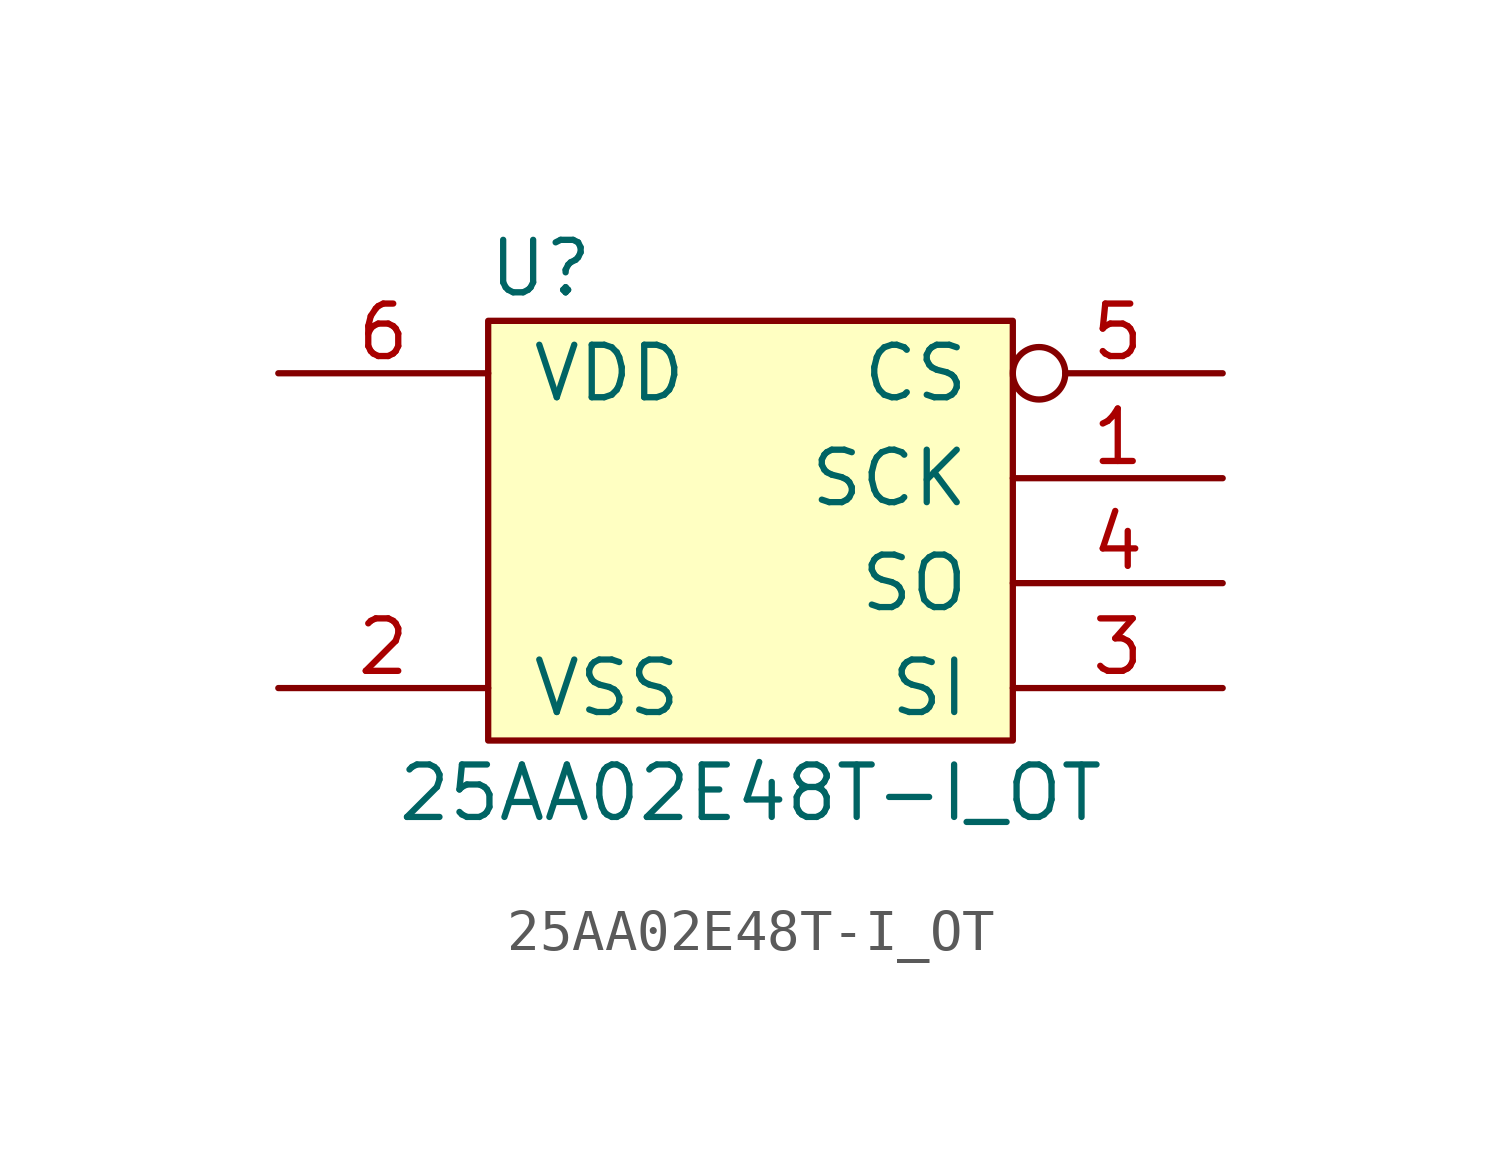
<source format=kicad_sym>
(kicad_symbol_lib
  (version 20211014)
  (generator kicad_symbol_editor)
  (symbol "25AA02E48T-I_OT"
    (pin_names
      (offset 1.016))
    (property "Reference" "U"
      (at -5.08 6.35 0)
      (effects (font (size 1.27 1.27))))
    (property "Value" "25AA02E48T-I_OT"
      (at 0 -6.35 0)
      (effects (font (size 1.27 1.27))))
    (symbol "25AA02E48T-I_OT_1_1"
      (rectangle (start -6.35 5.08) (end 6.35 -5.08) (stroke (width 0) (type default) (color 0 0 0 0)) (fill (type background)))
      (pin input line (at 11.43 1.27 180) (length 5.08) (name "SCK" (effects (font (size 1.27 1.27)))) (number "1" (effects (font (size 1.27 1.27)))))
      (pin power_in line (at -11.43 -3.81 0) (length 5.08) (name "VSS" (effects (font (size 1.27 1.27)))) (number "2" (effects (font (size 1.27 1.27)))))
      (pin input line (at 11.43 -3.81 180) (length 5.08) (name "SI" (effects (font (size 1.27 1.27)))) (number "3" (effects (font (size 1.27 1.27)))))
      (pin output line (at 11.43 -1.27 180) (length 5.08) (name "SO" (effects (font (size 1.27 1.27)))) (number "4" (effects (font (size 1.27 1.27)))))
      (pin input inverted (at 11.43 3.81 180) (length 5.08) (name "CS" (effects (font (size 1.27 1.27)))) (number "5" (effects (font (size 1.27 1.27)))))
      (pin power_in line (at -11.43 3.81 0) (length 5.08) (name "VDD" (effects (font (size 1.27 1.27)))) (number "6" (effects (font (size 1.27 1.27))))))))
</source>
